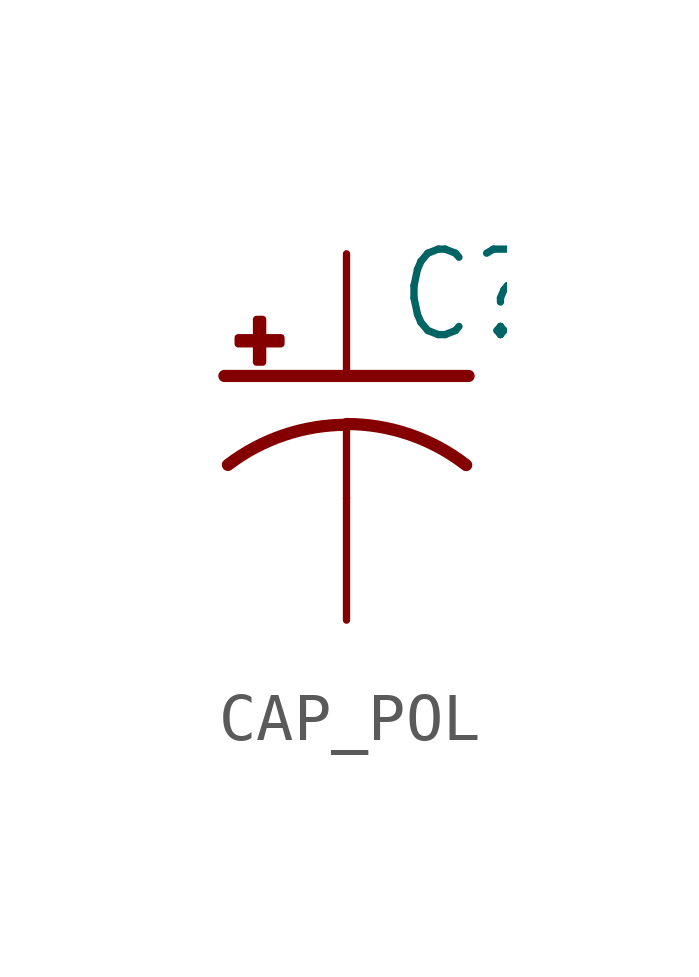
<source format=kicad_sym>
(kicad_symbol_lib
  (version 20231120)
  (generator "kicad_symbol_editor")
  (generator_version "8.0")
  (symbol "CAP_POL"
    (property "Reference" "C"
      (at 1.016 0.635 0)
      (effects (font (size 1.778 1.511)) (justify left bottom)))
    (property "Value" ""
      (at 1.016 -4.191 0)
      (effects (font (size 1.778 1.511)) (justify left bottom)))
    (property "ki_locked" ""
      (at 0 0 0)
      (effects (font (size 1.27 1.27))))
    (symbol "CAP_POL_1_0"
      (rectangle (start -2.253 0.668) (end -1.364 0.795) (stroke (width 0) (type default)) (fill (type outline)))
      (rectangle (start -1.872 0.287) (end -1.745 1.176) (stroke (width 0) (type default)) (fill (type outline)))
      (arc (start 0 -1.0161) (mid -1.3021 -1.2303) (end -2.4669 -1.8504) (stroke (width 0.254) (type solid)) (fill (type none)))
      (polyline (pts (xy -2.54 0) (xy 2.54 0)) (stroke (width 0.254) (type solid)) (fill (type none)))
      (polyline (pts (xy 0 -1.016) (xy 0 -2.54)) (stroke (width 0.152) (type solid)) (fill (type none)))
      (arc (start 2.4892 -1.8541) (mid 1.3158 -1.2194) (end 0 -1) (stroke (width 0.254) (type solid)) (fill (type none)))
      (pin passive line (at 0 2.54 270) (length 2.54) (name "+" (effects (font (size 0 0)))) (number "+" (effects (font (size 0 0)))))
      (pin passive line (at 0 -5.08 90) (length 2.54) (name "-" (effects (font (size 0 0)))) (number "-" (effects (font (size 0 0))))))))
</source>
